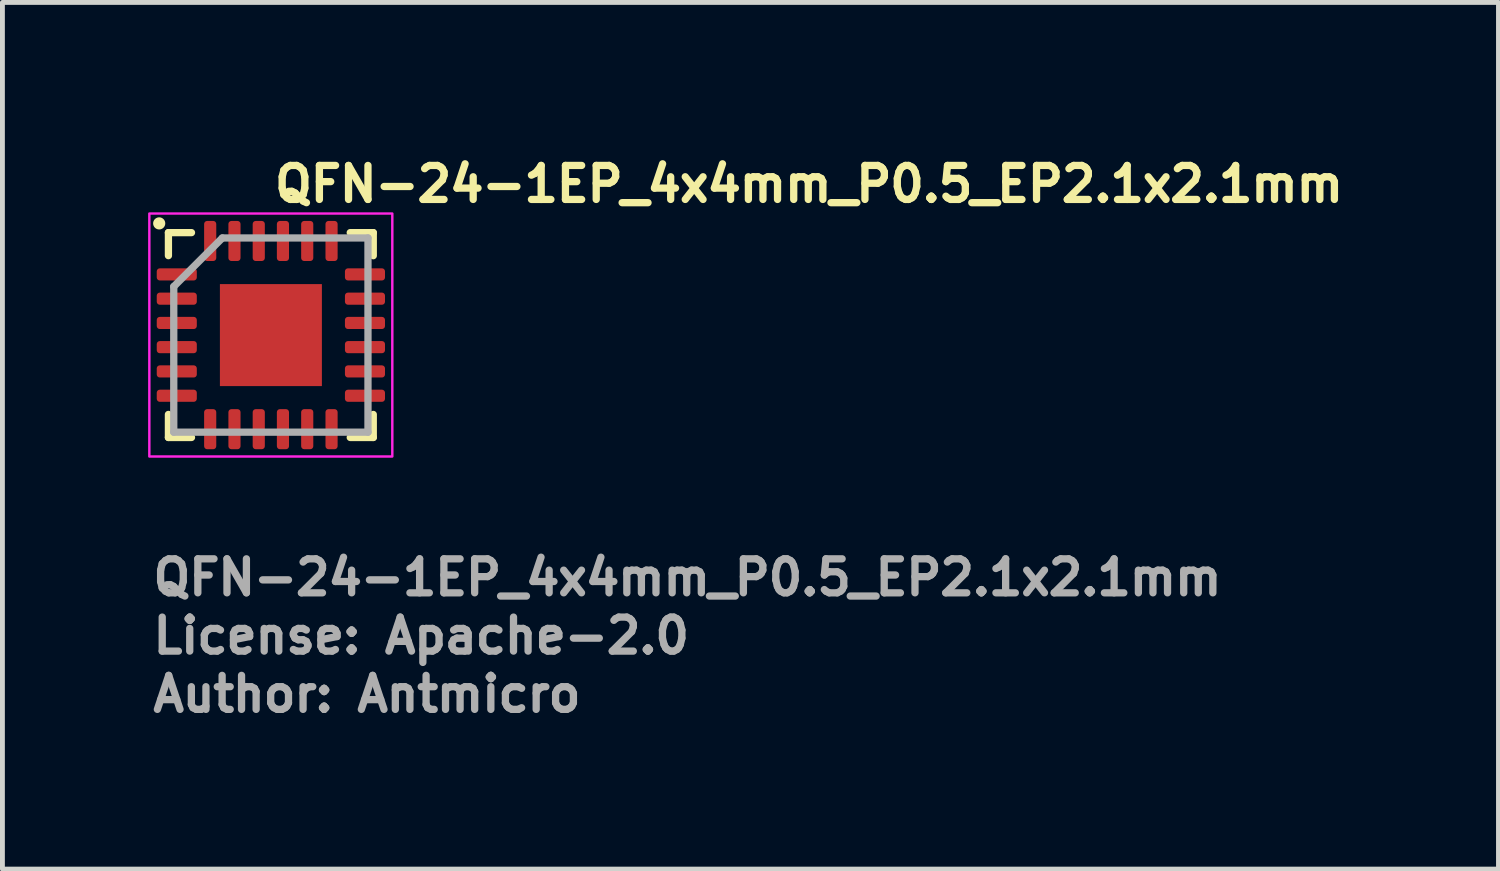
<source format=kicad_pcb>
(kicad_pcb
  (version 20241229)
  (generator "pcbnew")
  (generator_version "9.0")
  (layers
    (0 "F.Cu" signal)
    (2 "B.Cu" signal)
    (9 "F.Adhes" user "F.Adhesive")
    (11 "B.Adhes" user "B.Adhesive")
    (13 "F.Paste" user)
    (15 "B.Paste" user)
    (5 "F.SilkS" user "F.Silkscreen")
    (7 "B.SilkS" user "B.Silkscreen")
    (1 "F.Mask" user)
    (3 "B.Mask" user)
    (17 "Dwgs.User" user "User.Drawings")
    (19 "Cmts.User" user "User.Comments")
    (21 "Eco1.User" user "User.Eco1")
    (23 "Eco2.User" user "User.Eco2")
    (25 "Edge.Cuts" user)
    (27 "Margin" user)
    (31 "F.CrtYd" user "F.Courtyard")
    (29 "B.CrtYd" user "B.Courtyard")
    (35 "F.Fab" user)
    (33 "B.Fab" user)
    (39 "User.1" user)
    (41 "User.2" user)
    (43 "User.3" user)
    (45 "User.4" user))
  (footprint "QFN-24-1EP_4x4mm_P0.5_EP2.1x2.1mm"
    (layer "F.Cu")
    (at 2.528 3.85)
    (property "Reference" "QFN-24-1EP_4x4mm_P0.5_EP2.1x2.1mm" (at 0 -2.7 0) (layer "F.SilkS") (effects (font (size 0.7 0.7) (thickness 0.15)) (justify left bottom)))
    (attr smd)
    (fp_line (start -2.11 -1.636) (end -2.11 -2.11) (stroke (width 0.15) (type solid)) (layer "F.SilkS"))
    (fp_line (start -2.11 2.108) (end -2.11 1.634) (stroke (width 0.15) (type solid)) (layer "F.SilkS"))
    (fp_line (start -1.635 -2.11) (end -2.11 -2.11) (stroke (width 0.15) (type solid)) (layer "F.SilkS"))
    (fp_line (start -1.635 2.108) (end -2.11 2.108) (stroke (width 0.15) (type solid)) (layer "F.SilkS"))
    (fp_line (start 1.634 -2.11) (end 2.108 -2.11) (stroke (width 0.15) (type solid)) (layer "F.SilkS"))
    (fp_line (start 1.634 2.108) (end 2.108 2.108) (stroke (width 0.15) (type solid)) (layer "F.SilkS"))
    (fp_line (start 2.108 -2.11) (end 2.108 -1.635) (stroke (width 0.15) (type solid)) (layer "F.SilkS"))
    (fp_line (start 2.108 2.108) (end 2.108 1.634) (stroke (width 0.15) (type solid)) (layer "F.SilkS"))
    (fp_circle (center -2.3 -2.3) (end -2.25 -2.3) (stroke (width 0.15) (type solid)) (fill yes) (layer "F.SilkS"))
    (fp_rect (start -2.503 -2.503) (end 2.5 2.5) (stroke (width 0.05) (type solid)) (fill no) (layer "F.CrtYd"))
    (fp_line (start -2 -1) (end -1 -2) (stroke (width 0.15) (type solid)) (layer "F.Fab"))
    (fp_line (start -2 1.999) (end -2 -1) (stroke (width 0.15) (type solid)) (layer "F.Fab"))
    (fp_line (start -1 -2) (end 1.999 -2) (stroke (width 0.15) (type solid)) (layer "F.Fab"))
    (fp_line (start 1.999 -2) (end 1.999 1.999) (stroke (width 0.15) (type solid)) (layer "F.Fab"))
    (fp_line (start 1.999 1.999) (end -2 1.999) (stroke (width 0.15) (type solid)) (layer "F.Fab"))
    (fp_rect (start -2.003 -2.003) (end 2 2) (stroke (width 0.1) (type solid)) (fill no) (layer "User.5"))
    (fp_line (start -2 -1.364) (end -1.999 -1.364) (stroke (width 0.02) (type solid)) (layer "User.9"))
    (fp_line (start -2 -1.134) (end -2 -1.364) (stroke (width 0.02) (type solid)) (layer "User.9"))
    (fp_line (start -2 -0.863) (end -1.999 -0.863) (stroke (width 0.02) (type solid)) (layer "User.9"))
    (fp_line (start -2 -0.633) (end -2 -0.863) (stroke (width 0.02) (type solid)) (layer "User.9"))
    (fp_line (start -2 -0.363) (end -1.999 -0.363) (stroke (width 0.02) (type solid)) (layer "User.9"))
    (fp_line (start -2 -0.135) (end -2 -0.363) (stroke (width 0.02) (type solid)) (layer "User.9"))
    (fp_line (start -2 0.137) (end -1.999 0.137) (stroke (width 0.02) (type solid)) (layer "User.9"))
    (fp_line (start -2 0.365) (end -2 0.137) (stroke (width 0.02) (type solid)) (layer "User.9"))
    (fp_line (start -2 0.635) (end -1.999 0.635) (stroke (width 0.02) (type solid)) (layer "User.9"))
    (fp_line (start -2 0.865) (end -2 0.635) (stroke (width 0.02) (type solid)) (layer "User.9"))
    (fp_line (start -2 1.135) (end -1.999 1.135) (stroke (width 0.02) (type solid)) (layer "User.9"))
    (fp_line (start -2 1.365) (end -2 1.135) (stroke (width 0.02) (type solid)) (layer "User.9"))
    (fp_line (start -1.999 -1.999) (end -1.999 2) (stroke (width 0.02) (type solid)) (layer "User.9"))
    (fp_line (start -1.999 -1.134) (end -2 -1.134) (stroke (width 0.02) (type solid)) (layer "User.9"))
    (fp_line (start -1.999 -0.633) (end -2 -0.633) (stroke (width 0.02) (type solid)) (layer "User.9"))
    (fp_line (start -1.999 -0.135) (end -2 -0.135) (stroke (width 0.02) (type solid)) (layer "User.9"))
    (fp_line (start -1.999 0.365) (end -2 0.365) (stroke (width 0.02) (type solid)) (layer "User.9"))
    (fp_line (start -1.999 0.865) (end -2 0.865) (stroke (width 0.02) (type solid)) (layer "User.9"))
    (fp_line (start -1.999 1.365) (end -2 1.365) (stroke (width 0.02) (type solid)) (layer "User.9"))
    (fp_line (start -1.999 2) (end 2 2) (stroke (width 0.02) (type solid)) (layer "User.9"))
    (fp_line (start -1.6 -1.499) (end -1.598 -1.493) (stroke (width 0.02) (type solid)) (layer "User.9"))
    (fp_line (start -1.598 -1.519) (end -1.598 -1.515) (stroke (width 0.02) (type solid)) (layer "User.9"))
    (fp_line (start -1.598 -1.515) (end -1.598 -1.513) (stroke (width 0.02) (type solid)) (layer "User.9"))
    (fp_line (start -1.598 -1.513) (end -1.598 -1.509) (stroke (width 0.02) (type solid)) (layer "User.9"))
    (fp_line (start -1.598 -1.509) (end -1.598 -1.505) (stroke (width 0.02) (type solid)) (layer "User.9"))
    (fp_line (start -1.598 -1.505) (end -1.598 -1.503) (stroke (width 0.02) (type solid)) (layer "User.9"))
    (fp_line (start -1.598 -1.503) (end -1.6 -1.499) (stroke (width 0.02) (type solid)) (layer "User.9"))
    (fp_line (start -1.598 -1.493) (end -1.598 -1.485) (stroke (width 0.02) (type solid)) (layer "User.9"))
    (fp_line (start -1.598 -1.485) (end -1.598 -1.479) (stroke (width 0.02) (type solid)) (layer "User.9"))
    (fp_line (start -1.598 -1.479) (end -1.596 -1.473) (stroke (width 0.02) (type solid)) (layer "User.9"))
    (fp_line (start -1.596 -1.525) (end -1.596 -1.521) (stroke (width 0.02) (type solid)) (layer "User.9"))
    (fp_line (start -1.596 -1.521) (end -1.598 -1.519) (stroke (width 0.02) (type solid)) (layer "User.9"))
    (fp_line (start -1.596 -1.473) (end -1.594 -1.467) (stroke (width 0.02) (type solid)) (layer "User.9"))
    (fp_line (start -1.594 -1.531) (end -1.594 -1.529) (stroke (width 0.02) (type solid)) (layer "User.9"))
    (fp_line (start -1.594 -1.529) (end -1.596 -1.525) (stroke (width 0.02) (type solid)) (layer "User.9"))
    (fp_line (start -1.594 -1.467) (end -1.592 -1.461) (stroke (width 0.02) (type solid)) (layer "User.9"))
    (fp_line (start -1.592 -1.538) (end -1.592 -1.535) (stroke (width 0.02) (type solid)) (layer "User.9"))
    (fp_line (start -1.592 -1.535) (end -1.594 -1.531) (stroke (width 0.02) (type solid)) (layer "User.9"))
    (fp_line (start -1.592 -1.461) (end -1.588 -1.455) (stroke (width 0.02) (type solid)) (layer "User.9"))
    (fp_line (start -1.59 -1.54) (end -1.592 -1.538) (stroke (width 0.02) (type solid)) (layer "User.9"))
    (fp_line (start -1.588 -1.546) (end -1.588 -1.544) (stroke (width 0.02) (type solid)) (layer "User.9"))
    (fp_line (start -1.588 -1.544) (end -1.59 -1.54) (stroke (width 0.02) (type solid)) (layer "User.9"))
    (fp_line (start -1.588 -1.455) (end -1.586 -1.449) (stroke (width 0.02) (type solid)) (layer "User.9"))
    (fp_line (start -1.586 -1.55) (end -1.588 -1.546) (stroke (width 0.02) (type solid)) (layer "User.9"))
    (fp_line (start -1.586 -1.449) (end -1.582 -1.443) (stroke (width 0.02) (type solid)) (layer "User.9"))
    (fp_line (start -1.584 -1.552) (end -1.586 -1.55) (stroke (width 0.02) (type solid)) (layer "User.9"))
    (fp_line (start -1.582 -1.554) (end -1.584 -1.552) (stroke (width 0.02) (type solid)) (layer "User.9"))
    (fp_line (start -1.582 -1.443) (end -1.578 -1.439) (stroke (width 0.02) (type solid)) (layer "User.9"))
    (fp_line (start -1.58 -1.558) (end -1.582 -1.554) (stroke (width 0.02) (type solid)) (layer "User.9"))
    (fp_line (start -1.578 -1.56) (end -1.58 -1.558) (stroke (width 0.02) (type solid)) (layer "User.9"))
    (fp_line (start -1.578 -1.439) (end -1.574 -1.433) (stroke (width 0.02) (type solid)) (layer "User.9"))
    (fp_line (start -1.576 -1.562) (end -1.578 -1.56) (stroke (width 0.02) (type solid)) (layer "User.9"))
    (fp_line (start -1.574 -1.564) (end -1.576 -1.562) (stroke (width 0.02) (type solid)) (layer "User.9"))
    (fp_line (start -1.574 -1.433) (end -1.57 -1.429) (stroke (width 0.02) (type solid)) (layer "User.9"))
    (fp_line (start -1.572 -1.568) (end -1.574 -1.564) (stroke (width 0.02) (type solid)) (layer "User.9"))
    (fp_line (start -1.57 -1.57) (end -1.572 -1.568) (stroke (width 0.02) (type solid)) (layer "User.9"))
    (fp_line (start -1.57 -1.429) (end -1.566 -1.423) (stroke (width 0.02) (type solid)) (layer "User.9"))
    (fp_line (start -1.568 -1.572) (end -1.57 -1.57) (stroke (width 0.02) (type solid)) (layer "User.9"))
    (fp_line (start -1.566 -1.574) (end -1.568 -1.572) (stroke (width 0.02) (type solid)) (layer "User.9"))
    (fp_line (start -1.566 -1.423) (end -1.56 -1.419) (stroke (width 0.02) (type solid)) (layer "User.9"))
    (fp_line (start -1.562 -1.576) (end -1.566 -1.574) (stroke (width 0.02) (type solid)) (layer "User.9"))
    (fp_line (start -1.56 -1.578) (end -1.562 -1.576) (stroke (width 0.02) (type solid)) (layer "User.9"))
    (fp_line (start -1.56 -1.419) (end -1.554 -1.415) (stroke (width 0.02) (type solid)) (layer "User.9"))
    (fp_line (start -1.558 -1.58) (end -1.56 -1.578) (stroke (width 0.02) (type solid)) (layer "User.9"))
    (fp_line (start -1.554 -1.582) (end -1.558 -1.58) (stroke (width 0.02) (type solid)) (layer "User.9"))
    (fp_line (start -1.554 -1.415) (end -1.55 -1.413) (stroke (width 0.02) (type solid)) (layer "User.9"))
    (fp_line (start -1.552 -1.584) (end -1.554 -1.582) (stroke (width 0.02) (type solid)) (layer "User.9"))
    (fp_line (start -1.55 -1.586) (end -1.552 -1.584) (stroke (width 0.02) (type solid)) (layer "User.9"))
    (fp_line (start -1.55 -1.586) (end -1.55 -1.586) (stroke (width 0.02) (type solid)) (layer "User.9"))
    (fp_line (start -1.55 -1.413) (end -1.55 -1.413) (stroke (width 0.02) (type solid)) (layer "User.9"))
    (fp_line (start -1.55 -1.413) (end -1.544 -1.409) (stroke (width 0.02) (type solid)) (layer "User.9"))
    (fp_line (start -1.544 -1.588) (end -1.55 -1.586) (stroke (width 0.02) (type solid)) (layer "User.9"))
    (fp_line (start -1.544 -1.409) (end -1.538 -1.406) (stroke (width 0.02) (type solid)) (layer "User.9"))
    (fp_line (start -1.538 -1.592) (end -1.544 -1.588) (stroke (width 0.02) (type solid)) (layer "User.9"))
    (fp_line (start -1.538 -1.406) (end -1.531 -1.404) (stroke (width 0.02) (type solid)) (layer "User.9"))
    (fp_line (start -1.531 -1.594) (end -1.538 -1.592) (stroke (width 0.02) (type solid)) (layer "User.9"))
    (fp_line (start -1.531 -1.404) (end -1.525 -1.402) (stroke (width 0.02) (type solid)) (layer "User.9"))
    (fp_line (start -1.525 -1.596) (end -1.531 -1.594) (stroke (width 0.02) (type solid)) (layer "User.9"))
    (fp_line (start -1.525 -1.402) (end -1.519 -1.4) (stroke (width 0.02) (type solid)) (layer "User.9"))
    (fp_line (start -1.519 -1.598) (end -1.525 -1.596) (stroke (width 0.02) (type solid)) (layer "User.9"))
    (fp_line (start -1.519 -1.4) (end -1.511 -1.4) (stroke (width 0.02) (type solid)) (layer "User.9"))
    (fp_line (start -1.511 -1.598) (end -1.519 -1.598) (stroke (width 0.02) (type solid)) (layer "User.9"))
    (fp_line (start -1.511 -1.4) (end -1.505 -1.4) (stroke (width 0.02) (type solid)) (layer "User.9"))
    (fp_line (start -1.505 -1.598) (end -1.511 -1.598) (stroke (width 0.02) (type solid)) (layer "User.9"))
    (fp_line (start -1.505 -1.4) (end -1.499 -1.398) (stroke (width 0.02) (type solid)) (layer "User.9"))
    (fp_line (start -1.499 -1.6) (end -1.505 -1.598) (stroke (width 0.02) (type solid)) (layer "User.9"))
    (fp_line (start -1.499 -1.398) (end -1.493 -1.4) (stroke (width 0.02) (type solid)) (layer "User.9"))
    (fp_line (start -1.493 -1.598) (end -1.499 -1.6) (stroke (width 0.02) (type solid)) (layer "User.9"))
    (fp_line (start -1.493 -1.4) (end -1.487 -1.4) (stroke (width 0.02) (type solid)) (layer "User.9"))
    (fp_line (start -1.487 -1.598) (end -1.493 -1.598) (stroke (width 0.02) (type solid)) (layer "User.9"))
    (fp_line (start -1.487 -1.4) (end -1.479 -1.4) (stroke (width 0.02) (type solid)) (layer "User.9"))
    (fp_line (start -1.479 -1.598) (end -1.487 -1.598) (stroke (width 0.02) (type solid)) (layer "User.9"))
    (fp_line (start -1.479 -1.4) (end -1.473 -1.402) (stroke (width 0.02) (type solid)) (layer "User.9"))
    (fp_line (start -1.473 -1.596) (end -1.479 -1.598) (stroke (width 0.02) (type solid)) (layer "User.9"))
    (fp_line (start -1.473 -1.402) (end -1.467 -1.404) (stroke (width 0.02) (type solid)) (layer "User.9"))
    (fp_line (start -1.467 -1.594) (end -1.473 -1.596) (stroke (width 0.02) (type solid)) (layer "User.9"))
    (fp_line (start -1.467 -1.404) (end -1.461 -1.406) (stroke (width 0.02) (type solid)) (layer "User.9"))
    (fp_line (start -1.461 -1.592) (end -1.467 -1.594) (stroke (width 0.02) (type solid)) (layer "User.9"))
    (fp_line (start -1.461 -1.406) (end -1.455 -1.409) (stroke (width 0.02) (type solid)) (layer "User.9"))
    (fp_line (start -1.455 -1.588) (end -1.461 -1.592) (stroke (width 0.02) (type solid)) (layer "User.9"))
    (fp_line (start -1.455 -1.409) (end -1.449 -1.413) (stroke (width 0.02) (type solid)) (layer "User.9"))
    (fp_line (start -1.449 -1.586) (end -1.455 -1.588) (stroke (width 0.02) (type solid)) (layer "User.9"))
    (fp_line (start -1.449 -1.586) (end -1.449 -1.586) (stroke (width 0.02) (type solid)) (layer "User.9"))
    (fp_line (start -1.449 -1.413) (end -1.449 -1.413) (stroke (width 0.02) (type solid)) (layer "User.9"))
    (fp_line (start -1.449 -1.413) (end -1.447 -1.415) (stroke (width 0.02) (type solid)) (layer "User.9"))
    (fp_line (start -1.447 -1.415) (end -1.443 -1.415) (stroke (width 0.02) (type solid)) (layer "User.9"))
    (fp_line (start -1.443 -1.582) (end -1.449 -1.586) (stroke (width 0.02) (type solid)) (layer "User.9"))
    (fp_line (start -1.443 -1.415) (end -1.441 -1.417) (stroke (width 0.02) (type solid)) (layer "User.9"))
    (fp_line (start -1.441 -1.417) (end -1.437 -1.419) (stroke (width 0.02) (type solid)) (layer "User.9"))
    (fp_line (start -1.437 -1.578) (end -1.443 -1.582) (stroke (width 0.02) (type solid)) (layer "User.9"))
    (fp_line (start -1.437 -1.419) (end -1.435 -1.421) (stroke (width 0.02) (type solid)) (layer "User.9"))
    (fp_line (start -1.435 -1.421) (end -1.433 -1.423) (stroke (width 0.02) (type solid)) (layer "User.9"))
    (fp_line (start -1.433 -1.574) (end -1.437 -1.578) (stroke (width 0.02) (type solid)) (layer "User.9"))
    (fp_line (start -1.433 -1.423) (end -1.431 -1.427) (stroke (width 0.02) (type solid)) (layer "User.9"))
    (fp_line (start -1.431 -1.427) (end -1.429 -1.429) (stroke (width 0.02) (type solid)) (layer "User.9"))
    (fp_line (start -1.429 -1.57) (end -1.433 -1.574) (stroke (width 0.02) (type solid)) (layer "User.9"))
    (fp_line (start -1.429 -1.429) (end -1.425 -1.431) (stroke (width 0.02) (type solid)) (layer "User.9"))
    (fp_line (start -1.425 -1.431) (end -1.423 -1.433) (stroke (width 0.02) (type solid)) (layer "User.9"))
    (fp_line (start -1.423 -1.564) (end -1.429 -1.57) (stroke (width 0.02) (type solid)) (layer "User.9"))
    (fp_line (start -1.423 -1.433) (end -1.421 -1.435) (stroke (width 0.02) (type solid)) (layer "User.9"))
    (fp_line (start -1.421 -1.435) (end -1.419 -1.439) (stroke (width 0.02) (type solid)) (layer "User.9"))
    (fp_line (start -1.419 -1.56) (end -1.423 -1.564) (stroke (width 0.02) (type solid)) (layer "User.9"))
    (fp_line (start -1.419 -1.439) (end -1.417 -1.441) (stroke (width 0.02) (type solid)) (layer "User.9"))
    (fp_line (start -1.417 -1.441) (end -1.415 -1.443) (stroke (width 0.02) (type solid)) (layer "User.9"))
    (fp_line (start -1.415 -1.554) (end -1.419 -1.56) (stroke (width 0.02) (type solid)) (layer "User.9"))
    (fp_line (start -1.415 -1.447) (end -1.413 -1.449) (stroke (width 0.02) (type solid)) (layer "User.9"))
    (fp_line (start -1.415 -1.443) (end -1.415 -1.447) (stroke (width 0.02) (type solid)) (layer "User.9"))
    (fp_line (start -1.413 -1.55) (end -1.415 -1.554) (stroke (width 0.02) (type solid)) (layer "User.9"))
    (fp_line (start -1.413 -1.449) (end -1.411 -1.451) (stroke (width 0.02) (type solid)) (layer "User.9"))
    (fp_line (start -1.411 -1.451) (end -1.409 -1.455) (stroke (width 0.02) (type solid)) (layer "User.9"))
    (fp_line (start -1.409 -1.544) (end -1.413 -1.55) (stroke (width 0.02) (type solid)) (layer "User.9"))
    (fp_line (start -1.409 -1.455) (end -1.407 -1.457) (stroke (width 0.02) (type solid)) (layer "User.9"))
    (fp_line (start -1.407 -1.457) (end -1.406 -1.461) (stroke (width 0.02) (type solid)) (layer "User.9"))
    (fp_line (start -1.406 -1.538) (end -1.409 -1.544) (stroke (width 0.02) (type solid)) (layer "User.9"))
    (fp_line (start -1.406 -1.463) (end -1.404 -1.467) (stroke (width 0.02) (type solid)) (layer "User.9"))
    (fp_line (start -1.406 -1.461) (end -1.406 -1.463) (stroke (width 0.02) (type solid)) (layer "User.9"))
    (fp_line (start -1.404 -1.531) (end -1.406 -1.538) (stroke (width 0.02) (type solid)) (layer "User.9"))
    (fp_line (start -1.404 -1.469) (end -1.402 -1.473) (stroke (width 0.02) (type solid)) (layer "User.9"))
    (fp_line (start -1.404 -1.467) (end -1.404 -1.469) (stroke (width 0.02) (type solid)) (layer "User.9"))
    (fp_line (start -1.402 -1.525) (end -1.404 -1.531) (stroke (width 0.02) (type solid)) (layer "User.9"))
    (fp_line (start -1.402 -1.477) (end -1.4 -1.479) (stroke (width 0.02) (type solid)) (layer "User.9"))
    (fp_line (start -1.402 -1.473) (end -1.402 -1.477) (stroke (width 0.02) (type solid)) (layer "User.9"))
    (fp_line (start -1.4 -1.519) (end -1.402 -1.525) (stroke (width 0.02) (type solid)) (layer "User.9"))
    (fp_line (start -1.4 -1.513) (end -1.4 -1.519) (stroke (width 0.02) (type solid)) (layer "User.9"))
    (fp_line (start -1.4 -1.505) (end -1.4 -1.513) (stroke (width 0.02) (type solid)) (layer "User.9"))
    (fp_line (start -1.4 -1.495) (end -1.398 -1.499) (stroke (width 0.02) (type solid)) (layer "User.9"))
    (fp_line (start -1.4 -1.493) (end -1.4 -1.495) (stroke (width 0.02) (type solid)) (layer "User.9"))
    (fp_line (start -1.4 -1.489) (end -1.4 -1.493) (stroke (width 0.02) (type solid)) (layer "User.9"))
    (fp_line (start -1.4 -1.485) (end -1.4 -1.489) (stroke (width 0.02) (type solid)) (layer "User.9"))
    (fp_line (start -1.4 -1.483) (end -1.4 -1.485) (stroke (width 0.02) (type solid)) (layer "User.9"))
    (fp_line (start -1.4 -1.479) (end -1.4 -1.483) (stroke (width 0.02) (type solid)) (layer "User.9"))
    (fp_line (start -1.398 -1.499) (end -1.4 -1.505) (stroke (width 0.02) (type solid)) (layer "User.9"))
    (fp_line (start -1.364 -2) (end -1.134 -2) (stroke (width 0.02) (type solid)) (layer "User.9"))
    (fp_line (start -1.364 -1.999) (end -1.364 -2) (stroke (width 0.02) (type solid)) (layer "User.9"))
    (fp_line (start -1.364 2) (end -1.364 2.003) (stroke (width 0.02) (type solid)) (layer "User.9"))
    (fp_line (start -1.364 2.003) (end -1.134 2.003) (stroke (width 0.02) (type solid)) (layer "User.9"))
    (fp_line (start -1.134 -2) (end -1.134 -1.999) (stroke (width 0.02) (type solid)) (layer "User.9"))
    (fp_line (start -1.134 2.003) (end -1.134 2) (stroke (width 0.02) (type solid)) (layer "User.9"))
    (fp_line (start -0.863 -2) (end -0.633 -2) (stroke (width 0.02) (type solid)) (layer "User.9"))
    (fp_line (start -0.863 -1.999) (end -0.863 -2) (stroke (width 0.02) (type solid)) (layer "User.9"))
    (fp_line (start -0.863 2) (end -0.863 2.003) (stroke (width 0.02) (type solid)) (layer "User.9"))
    (fp_line (start -0.863 2.003) (end -0.633 2.003) (stroke (width 0.02) (type solid)) (layer "User.9"))
    (fp_line (start -0.633 -2) (end -0.633 -1.999) (stroke (width 0.02) (type solid)) (layer "User.9"))
    (fp_line (start -0.633 2.003) (end -0.633 2) (stroke (width 0.02) (type solid)) (layer "User.9"))
    (fp_line (start -0.363 -2) (end -0.135 -2) (stroke (width 0.02) (type solid)) (layer "User.9"))
    (fp_line (start -0.363 -1.999) (end -0.363 -2) (stroke (width 0.02) (type solid)) (layer "User.9"))
    (fp_line (start -0.363 2) (end -0.363 2.003) (stroke (width 0.02) (type solid)) (layer "User.9"))
    (fp_line (start -0.363 2.003) (end -0.135 2.003) (stroke (width 0.02) (type solid)) (layer "User.9"))
    (fp_line (start -0.135 -2) (end -0.135 -1.999) (stroke (width 0.02) (type solid)) (layer "User.9"))
    (fp_line (start -0.135 2.003) (end -0.135 2) (stroke (width 0.02) (type solid)) (layer "User.9"))
    (fp_line (start 0.137 -2) (end 0.365 -2) (stroke (width 0.02) (type solid)) (layer "User.9"))
    (fp_line (start 0.137 -1.999) (end 0.137 -2) (stroke (width 0.02) (type solid)) (layer "User.9"))
    (fp_line (start 0.137 2) (end 0.137 2.003) (stroke (width 0.02) (type solid)) (layer "User.9"))
    (fp_line (start 0.137 2.003) (end 0.365 2.003) (stroke (width 0.02) (type solid)) (layer "User.9"))
    (fp_line (start 0.365 -2) (end 0.365 -1.999) (stroke (width 0.02) (type solid)) (layer "User.9"))
    (fp_line (start 0.365 2.003) (end 0.365 2) (stroke (width 0.02) (type solid)) (layer "User.9"))
    (fp_line (start 0.635 -2) (end 0.865 -2) (stroke (width 0.02) (type solid)) (layer "User.9"))
    (fp_line (start 0.635 -1.999) (end 0.635 -2) (stroke (width 0.02) (type solid)) (layer "User.9"))
    (fp_line (start 0.635 2) (end 0.635 2.003) (stroke (width 0.02) (type solid)) (layer "User.9"))
    (fp_line (start 0.635 2.003) (end 0.865 2.003) (stroke (width 0.02) (type solid)) (layer "User.9"))
    (fp_line (start 0.865 -2) (end 0.865 -1.999) (stroke (width 0.02) (type solid)) (layer "User.9"))
    (fp_line (start 0.865 2.003) (end 0.865 2) (stroke (width 0.02) (type solid)) (layer "User.9"))
    (fp_line (start 1.135 -2) (end 1.365 -2) (stroke (width 0.02) (type solid)) (layer "User.9"))
    (fp_line (start 1.135 -1.999) (end 1.135 -2) (stroke (width 0.02) (type solid)) (layer "User.9"))
    (fp_line (start 1.135 2) (end 1.135 2.003) (stroke (width 0.02) (type solid)) (layer "User.9"))
    (fp_line (start 1.135 2.003) (end 1.365 2.003) (stroke (width 0.02) (type solid)) (layer "User.9"))
    (fp_line (start 1.365 -2) (end 1.365 -1.999) (stroke (width 0.02) (type solid)) (layer "User.9"))
    (fp_line (start 1.365 2.003) (end 1.365 2) (stroke (width 0.02) (type solid)) (layer "User.9"))
    (fp_line (start 2 -1.999) (end -1.999 -1.999) (stroke (width 0.02) (type solid)) (layer "User.9"))
    (fp_line (start 2 -1.134) (end 2.003 -1.134) (stroke (width 0.02) (type solid)) (layer "User.9"))
    (fp_line (start 2 -0.633) (end 2.003 -0.633) (stroke (width 0.02) (type solid)) (layer "User.9"))
    (fp_line (start 2 -0.135) (end 2.003 -0.135) (stroke (width 0.02) (type solid)) (layer "User.9"))
    (fp_line (start 2 0.365) (end 2.003 0.365) (stroke (width 0.02) (type solid)) (layer "User.9"))
    (fp_line (start 2 0.865) (end 2.003 0.865) (stroke (width 0.02) (type solid)) (layer "User.9"))
    (fp_line (start 2 1.365) (end 2.003 1.365) (stroke (width 0.02) (type solid)) (layer "User.9"))
    (fp_line (start 2 2) (end 2 -1.999) (stroke (width 0.02) (type solid)) (layer "User.9"))
    (fp_line (start 2.003 -1.364) (end 2 -1.364) (stroke (width 0.02) (type solid)) (layer "User.9"))
    (fp_line (start 2.003 -1.134) (end 2.003 -1.364) (stroke (width 0.02) (type solid)) (layer "User.9"))
    (fp_line (start 2.003 -0.863) (end 2 -0.863) (stroke (width 0.02) (type solid)) (layer "User.9"))
    (fp_line (start 2.003 -0.633) (end 2.003 -0.863) (stroke (width 0.02) (type solid)) (layer "User.9"))
    (fp_line (start 2.003 -0.363) (end 2 -0.363) (stroke (width 0.02) (type solid)) (layer "User.9"))
    (fp_line (start 2.003 -0.135) (end 2.003 -0.363) (stroke (width 0.02) (type solid)) (layer "User.9"))
    (fp_line (start 2.003 0.137) (end 2 0.137) (stroke (width 0.02) (type solid)) (layer "User.9"))
    (fp_line (start 2.003 0.365) (end 2.003 0.137) (stroke (width 0.02) (type solid)) (layer "User.9"))
    (fp_line (start 2.003 0.635) (end 2 0.635) (stroke (width 0.02) (type solid)) (layer "User.9"))
    (fp_line (start 2.003 0.865) (end 2.003 0.635) (stroke (width 0.02) (type solid)) (layer "User.9"))
    (fp_line (start 2.003 1.135) (end 2 1.135) (stroke (width 0.02) (type solid)) (layer "User.9"))
    (fp_line (start 2.003 1.365) (end 2.003 1.135) (stroke (width 0.02) (type solid)) (layer "User.9"))
    (fp_text user "Author: Antmicro" (at -2.503 7.8 0) (layer "F.Fab") (effects (font (size 0.7 0.7) (thickness 0.15)) (justify left bottom)))
    (fp_text user "License: Apache-2.0" (at -2.503 6.6 0) (layer "F.Fab") (effects (font (size 0.7 0.7) (thickness 0.15)) (justify left bottom)))
    (fp_text user "${REFERENCE}" (at -2.503 5.4 0) (layer "F.Fab") (effects (font (size 0.7 0.7) (thickness 0.15)) (justify left bottom)))
    (pad "" smd roundrect (at -0.5 -0.5) (size 0.8 0.8) (layers "F.Paste") (roundrect_rratio 0.238))
    (pad "" smd roundrect (at -0.5 0.5) (size 0.8 0.8) (layers "F.Paste") (roundrect_rratio 0.238))
    (pad "" smd roundrect (at 0.5 -0.5) (size 0.8 0.8) (layers "F.Paste") (roundrect_rratio 0.238))
    (pad "" smd roundrect (at 0.5 0.5) (size 0.8 0.8) (layers "F.Paste") (roundrect_rratio 0.238))
    (pad "1" smd roundrect (at -1.938 -1.25) (size 0.825 0.25) (layers "F.Cu" "F.Mask" "F.Paste") (roundrect_rratio 0.25))
    (pad "2" smd roundrect (at -1.938 -0.75) (size 0.825 0.25) (layers "F.Cu" "F.Mask" "F.Paste") (roundrect_rratio 0.25))
    (pad "3" smd roundrect (at -1.938 -0.25) (size 0.825 0.25) (layers "F.Cu" "F.Mask" "F.Paste") (roundrect_rratio 0.25))
    (pad "4" smd roundrect (at -1.938 0.248) (size 0.825 0.25) (layers "F.Cu" "F.Mask" "F.Paste") (roundrect_rratio 0.25))
    (pad "5" smd roundrect (at -1.938 0.748) (size 0.825 0.25) (layers "F.Cu" "F.Mask" "F.Paste") (roundrect_rratio 0.25))
    (pad "6" smd roundrect (at -1.938 1.249) (size 0.825 0.25) (layers "F.Cu" "F.Mask" "F.Paste") (roundrect_rratio 0.25))
    (pad "7" smd roundrect (at -1.25 1.937) (size 0.25 0.825) (layers "F.Cu" "F.Mask" "F.Paste") (roundrect_rratio 0.25))
    (pad "8" smd roundrect (at -0.75 1.937) (size 0.25 0.825) (layers "F.Cu" "F.Mask" "F.Paste") (roundrect_rratio 0.25))
    (pad "9" smd roundrect (at -0.25 1.937) (size 0.25 0.825) (layers "F.Cu" "F.Mask" "F.Paste") (roundrect_rratio 0.25))
    (pad "10" smd roundrect (at 0.248 1.937) (size 0.25 0.825) (layers "F.Cu" "F.Mask" "F.Paste") (roundrect_rratio 0.25))
    (pad "11" smd roundrect (at 0.748 1.937) (size 0.25 0.825) (layers "F.Cu" "F.Mask" "F.Paste") (roundrect_rratio 0.25))
    (pad "12" smd roundrect (at 1.249 1.937) (size 0.25 0.825) (layers "F.Cu" "F.Mask" "F.Paste") (roundrect_rratio 0.25))
    (pad "13" smd roundrect (at 1.937 1.249) (size 0.825 0.25) (layers "F.Cu" "F.Mask" "F.Paste") (roundrect_rratio 0.25))
    (pad "14" smd roundrect (at 1.937 0.748) (size 0.825 0.25) (layers "F.Cu" "F.Mask" "F.Paste") (roundrect_rratio 0.25))
    (pad "15" smd roundrect (at 1.937 0.248) (size 0.825 0.25) (layers "F.Cu" "F.Mask" "F.Paste") (roundrect_rratio 0.25))
    (pad "16" smd roundrect (at 1.937 -0.25) (size 0.825 0.25) (layers "F.Cu" "F.Mask" "F.Paste") (roundrect_rratio 0.25))
    (pad "17" smd roundrect (at 1.937 -0.75) (size 0.825 0.25) (layers "F.Cu" "F.Mask" "F.Paste") (roundrect_rratio 0.25))
    (pad "18" smd roundrect (at 1.937 -1.25) (size 0.825 0.25) (layers "F.Cu" "F.Mask" "F.Paste") (roundrect_rratio 0.25))
    (pad "19" smd roundrect (at 1.249 -1.938) (size 0.25 0.825) (layers "F.Cu" "F.Mask" "F.Paste") (roundrect_rratio 0.25))
    (pad "20" smd roundrect (at 0.748 -1.938) (size 0.25 0.825) (layers "F.Cu" "F.Mask" "F.Paste") (roundrect_rratio 0.25))
    (pad "21" smd roundrect (at 0.248 -1.938) (size 0.25 0.825) (layers "F.Cu" "F.Mask" "F.Paste") (roundrect_rratio 0.25))
    (pad "22" smd roundrect (at -0.25 -1.938) (size 0.25 0.825) (layers "F.Cu" "F.Mask" "F.Paste") (roundrect_rratio 0.25))
    (pad "23" smd roundrect (at -0.75 -1.938) (size 0.25 0.825) (layers "F.Cu" "F.Mask" "F.Paste") (roundrect_rratio 0.25))
    (pad "24" smd roundrect (at -1.25 -1.938) (size 0.25 0.825) (layers "F.Cu" "F.Mask" "F.Paste") (roundrect_rratio 0.25))
    (pad "25" smd rect (at 0 0) (size 2.1 2.1) (layers "F.Cu" "F.Mask")))
  (gr_rect
    (start -3 -3)
    (end 27.805 14.845)
    (stroke (width 0.1) (type default))
    (fill no)
    (layer "Edge.Cuts")))
</source>
